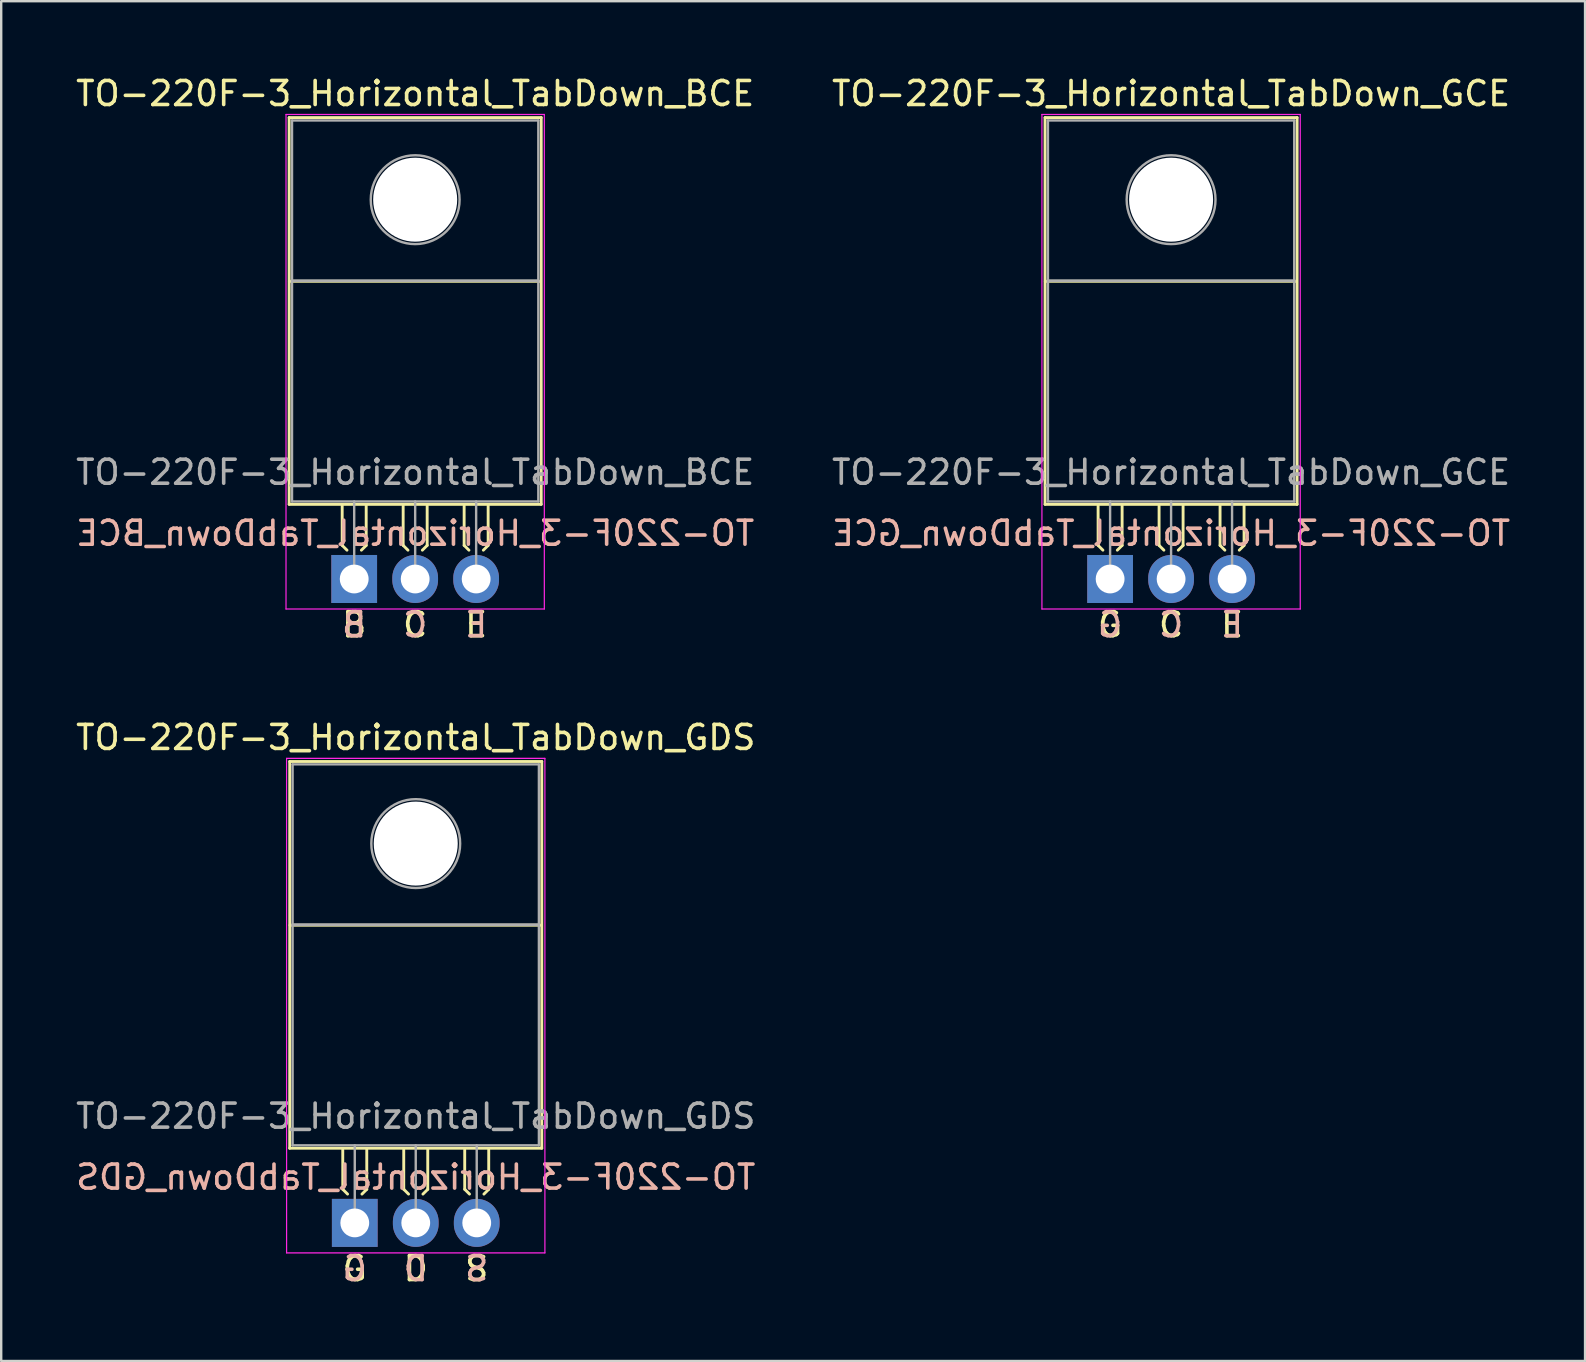
<source format=kicad_pcb>
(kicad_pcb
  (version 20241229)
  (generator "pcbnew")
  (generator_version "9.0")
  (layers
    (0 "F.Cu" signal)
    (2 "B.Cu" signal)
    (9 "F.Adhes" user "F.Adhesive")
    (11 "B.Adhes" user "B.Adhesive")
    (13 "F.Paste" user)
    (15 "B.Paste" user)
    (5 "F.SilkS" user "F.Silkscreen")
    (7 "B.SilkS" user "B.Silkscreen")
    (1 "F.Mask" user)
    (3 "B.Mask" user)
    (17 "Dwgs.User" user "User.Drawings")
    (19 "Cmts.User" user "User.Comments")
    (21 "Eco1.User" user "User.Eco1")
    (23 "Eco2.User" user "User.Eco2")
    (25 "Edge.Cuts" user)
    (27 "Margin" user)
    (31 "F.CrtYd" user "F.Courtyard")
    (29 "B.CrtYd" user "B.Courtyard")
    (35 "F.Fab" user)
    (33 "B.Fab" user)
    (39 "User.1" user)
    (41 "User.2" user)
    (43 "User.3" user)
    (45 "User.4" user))
  (footprint "TO-220F-3_Horizontal_TabDown_GDS"
    (layer "F.Cu")
    (at 11.728 47.89)
    (property "Reference" "TO-220F-3_Horizontal_TabDown_GDS" (at 2.54 -20.22 0) (layer "F.SilkS") (effects (font (size 1 1) (thickness 0.15))))
    (fp_line (start -2.71 -19.22) (end -2.71 -3.11) (stroke (width 0.12) (type solid)) (layer "F.SilkS"))
    (fp_line (start -2.71 -19.22) (end 7.79 -19.22) (stroke (width 0.12) (type solid)) (layer "F.SilkS"))
    (fp_line (start -2.71 -3.11) (end 7.79 -3.11) (stroke (width 0.12) (type solid)) (layer "F.SilkS"))
    (fp_line (start -2.7 -12.4) (end 7.75 -12.4) (stroke (width 0.12) (type solid)) (layer "F.SilkS"))
    (fp_line (start -0.5 -3.048) (end -0.5 -1.4) (stroke (width 0.12) (type solid)) (layer "F.SilkS"))
    (fp_line (start -0.5 -1.4) (end -0.3 -1.2) (stroke (width 0.12) (type solid)) (layer "F.SilkS"))
    (fp_line (start 0.5 -3.048) (end 0.5 -1.4) (stroke (width 0.12) (type solid)) (layer "F.SilkS"))
    (fp_line (start 0.5 -1.4) (end 0.3 -1.2) (stroke (width 0.12) (type solid)) (layer "F.SilkS"))
    (fp_line (start 2.04 -3.048) (end 2.04 -1.4) (stroke (width 0.12) (type solid)) (layer "F.SilkS"))
    (fp_line (start 2.04 -1.4) (end 2.24 -1.2) (stroke (width 0.12) (type solid)) (layer "F.SilkS"))
    (fp_line (start 3.04 -3.048) (end 3.04 -1.4) (stroke (width 0.12) (type solid)) (layer "F.SilkS"))
    (fp_line (start 3.04 -1.4) (end 2.84 -1.2) (stroke (width 0.12) (type solid)) (layer "F.SilkS"))
    (fp_line (start 4.58 -3.048) (end 4.58 -1.4) (stroke (width 0.12) (type solid)) (layer "F.SilkS"))
    (fp_line (start 4.58 -1.4) (end 4.78 -1.2) (stroke (width 0.12) (type solid)) (layer "F.SilkS"))
    (fp_line (start 5.58 -3.048) (end 5.58 -1.4) (stroke (width 0.12) (type solid)) (layer "F.SilkS"))
    (fp_line (start 5.58 -1.4) (end 5.38 -1.2) (stroke (width 0.12) (type solid)) (layer "F.SilkS"))
    (fp_line (start 7.79 -19.22) (end 7.79 -3.11) (stroke (width 0.12) (type solid)) (layer "F.SilkS"))
    (fp_line (start -2.84 -19.35) (end -2.84 1.25) (stroke (width 0.05) (type solid)) (layer "F.CrtYd"))
    (fp_line (start -2.84 1.25) (end 7.92 1.25) (stroke (width 0.05) (type solid)) (layer "F.CrtYd"))
    (fp_line (start 7.92 -19.35) (end -2.84 -19.35) (stroke (width 0.05) (type solid)) (layer "F.CrtYd"))
    (fp_line (start 7.92 1.25) (end 7.92 -19.35) (stroke (width 0.05) (type solid)) (layer "F.CrtYd"))
    (fp_line (start -2.59 -19.1) (end 7.67 -19.1) (stroke (width 0.1) (type solid)) (layer "F.Fab"))
    (fp_line (start -2.59 -12.42) (end -2.59 -19.1) (stroke (width 0.1) (type solid)) (layer "F.Fab"))
    (fp_line (start -2.59 -12.42) (end 7.67 -12.42) (stroke (width 0.1) (type solid)) (layer "F.Fab"))
    (fp_line (start -2.59 -3.23) (end -2.59 -12.42) (stroke (width 0.1) (type solid)) (layer "F.Fab"))
    (fp_line (start 0 -3.23) (end 0 0) (stroke (width 0.1) (type solid)) (layer "F.Fab"))
    (fp_line (start 2.54 -3.23) (end 2.54 0) (stroke (width 0.1) (type solid)) (layer "F.Fab"))
    (fp_line (start 5.08 -3.23) (end 5.08 0) (stroke (width 0.1) (type solid)) (layer "F.Fab"))
    (fp_line (start 7.67 -19.1) (end 7.67 -12.42) (stroke (width 0.1) (type solid)) (layer "F.Fab"))
    (fp_line (start 7.67 -12.42) (end -2.59 -12.42) (stroke (width 0.1) (type solid)) (layer "F.Fab"))
    (fp_line (start 7.67 -12.42) (end 7.67 -3.23) (stroke (width 0.1) (type solid)) (layer "F.Fab"))
    (fp_line (start 7.67 -3.23) (end -2.59 -3.23) (stroke (width 0.1) (type solid)) (layer "F.Fab"))
    (fp_circle (center 2.54 -15.8) (end 4.39 -15.8) (stroke (width 0.1) (type solid)) (fill no) (layer "F.Fab"))
    (fp_text user "G" (at 0 1.905 0) (unlocked yes) (layer "F.SilkS") (effects (font (size 1 1) (thickness 0.15))))
    (fp_text user "S" (at 5.08 1.905 0) (unlocked yes) (layer "F.SilkS") (effects (font (size 1 1) (thickness 0.15))))
    (fp_text user "D" (at 2.54 1.905 0) (unlocked yes) (layer "F.SilkS") (effects (font (size 1 1) (thickness 0.15))))
    (fp_text user "G" (at 0 1.905 0) (unlocked yes) (layer "B.SilkS") (effects (font (size 1 1) (thickness 0.15)) (justify mirror)))
    (fp_text user "D" (at 2.54 1.905 0) (unlocked yes) (layer "B.SilkS") (effects (font (size 1 1) (thickness 0.15)) (justify mirror)))
    (fp_text user "${REFERENCE}" (at 2.54 -1.905 0) (layer "B.SilkS") (effects (font (size 1 1) (thickness 0.15)) (justify mirror)))
    (fp_text user "S" (at 5.08 1.905 0) (unlocked yes) (layer "B.SilkS") (effects (font (size 1 1) (thickness 0.15)) (justify mirror)))
    (fp_text user "${REFERENCE}" (at 2.54 -4.445 0) (layer "F.Fab") (effects (font (size 1 1) (thickness 0.15))))
    (pad "" np_thru_hole oval (at 2.54 -15.8) (size 3.5 3.5) (drill 3.5) (layers "*.Cu" "*.Mask"))
    (pad "1" thru_hole rect (at 0 0) (size 1.905 2) (drill 1.2) (layers "*.Cu" "*.Mask"))
    (pad "2" thru_hole oval (at 2.54 0) (size 1.905 2) (drill 1.2) (layers "*.Cu" "*.Mask"))
    (pad "3" thru_hole oval (at 5.08 0) (size 1.905 2) (drill 1.2) (layers "*.Cu" "*.Mask")))
  (footprint "TO-220F-3_Horizontal_TabDown_GCE"
    (layer "F.Cu")
    (at 43.192 21.068)
    (property "Reference" "TO-220F-3_Horizontal_TabDown_GCE" (at 2.54 -20.22 0) (layer "F.SilkS") (effects (font (size 1 1) (thickness 0.15))))
    (fp_line (start -2.71 -19.22) (end -2.71 -3.11) (stroke (width 0.12) (type solid)) (layer "F.SilkS"))
    (fp_line (start -2.71 -19.22) (end 7.79 -19.22) (stroke (width 0.12) (type solid)) (layer "F.SilkS"))
    (fp_line (start -2.71 -3.11) (end 7.79 -3.11) (stroke (width 0.12) (type solid)) (layer "F.SilkS"))
    (fp_line (start -2.7 -12.4) (end 7.75 -12.4) (stroke (width 0.12) (type solid)) (layer "F.SilkS"))
    (fp_line (start -0.5 -3.048) (end -0.5 -1.4) (stroke (width 0.12) (type solid)) (layer "F.SilkS"))
    (fp_line (start -0.5 -1.4) (end -0.3 -1.2) (stroke (width 0.12) (type solid)) (layer "F.SilkS"))
    (fp_line (start 0.5 -3.048) (end 0.5 -1.4) (stroke (width 0.12) (type solid)) (layer "F.SilkS"))
    (fp_line (start 0.5 -1.4) (end 0.3 -1.2) (stroke (width 0.12) (type solid)) (layer "F.SilkS"))
    (fp_line (start 2.04 -3.048) (end 2.04 -1.4) (stroke (width 0.12) (type solid)) (layer "F.SilkS"))
    (fp_line (start 2.04 -1.4) (end 2.24 -1.2) (stroke (width 0.12) (type solid)) (layer "F.SilkS"))
    (fp_line (start 3.04 -3.048) (end 3.04 -1.4) (stroke (width 0.12) (type solid)) (layer "F.SilkS"))
    (fp_line (start 3.04 -1.4) (end 2.84 -1.2) (stroke (width 0.12) (type solid)) (layer "F.SilkS"))
    (fp_line (start 4.58 -3.048) (end 4.58 -1.4) (stroke (width 0.12) (type solid)) (layer "F.SilkS"))
    (fp_line (start 4.58 -1.4) (end 4.78 -1.2) (stroke (width 0.12) (type solid)) (layer "F.SilkS"))
    (fp_line (start 5.58 -3.048) (end 5.58 -1.4) (stroke (width 0.12) (type solid)) (layer "F.SilkS"))
    (fp_line (start 5.58 -1.4) (end 5.38 -1.2) (stroke (width 0.12) (type solid)) (layer "F.SilkS"))
    (fp_line (start 7.79 -19.22) (end 7.79 -3.11) (stroke (width 0.12) (type solid)) (layer "F.SilkS"))
    (fp_line (start -2.84 -19.35) (end -2.84 1.25) (stroke (width 0.05) (type solid)) (layer "F.CrtYd"))
    (fp_line (start -2.84 1.25) (end 7.92 1.25) (stroke (width 0.05) (type solid)) (layer "F.CrtYd"))
    (fp_line (start 7.92 -19.35) (end -2.84 -19.35) (stroke (width 0.05) (type solid)) (layer "F.CrtYd"))
    (fp_line (start 7.92 1.25) (end 7.92 -19.35) (stroke (width 0.05) (type solid)) (layer "F.CrtYd"))
    (fp_line (start -2.59 -19.1) (end 7.67 -19.1) (stroke (width 0.1) (type solid)) (layer "F.Fab"))
    (fp_line (start -2.59 -12.42) (end -2.59 -19.1) (stroke (width 0.1) (type solid)) (layer "F.Fab"))
    (fp_line (start -2.59 -12.42) (end 7.67 -12.42) (stroke (width 0.1) (type solid)) (layer "F.Fab"))
    (fp_line (start -2.59 -3.23) (end -2.59 -12.42) (stroke (width 0.1) (type solid)) (layer "F.Fab"))
    (fp_line (start 0 -3.23) (end 0 0) (stroke (width 0.1) (type solid)) (layer "F.Fab"))
    (fp_line (start 2.54 -3.23) (end 2.54 0) (stroke (width 0.1) (type solid)) (layer "F.Fab"))
    (fp_line (start 5.08 -3.23) (end 5.08 0) (stroke (width 0.1) (type solid)) (layer "F.Fab"))
    (fp_line (start 7.67 -19.1) (end 7.67 -12.42) (stroke (width 0.1) (type solid)) (layer "F.Fab"))
    (fp_line (start 7.67 -12.42) (end -2.59 -12.42) (stroke (width 0.1) (type solid)) (layer "F.Fab"))
    (fp_line (start 7.67 -12.42) (end 7.67 -3.23) (stroke (width 0.1) (type solid)) (layer "F.Fab"))
    (fp_line (start 7.67 -3.23) (end -2.59 -3.23) (stroke (width 0.1) (type solid)) (layer "F.Fab"))
    (fp_circle (center 2.54 -15.8) (end 4.39 -15.8) (stroke (width 0.1) (type solid)) (fill no) (layer "F.Fab"))
    (fp_text user "G" (at 0 1.905 0) (unlocked yes) (layer "F.SilkS") (effects (font (size 1 1) (thickness 0.15))))
    (fp_text user "E" (at 5.08 1.905 0) (unlocked yes) (layer "F.SilkS") (effects (font (size 1 1) (thickness 0.15))))
    (fp_text user "C" (at 2.54 1.905 0) (unlocked yes) (layer "F.SilkS") (effects (font (size 1 1) (thickness 0.15))))
    (fp_text user "C" (at 2.54 1.905 0) (unlocked yes) (layer "B.SilkS") (effects (font (size 1 1) (thickness 0.15)) (justify mirror)))
    (fp_text user "G" (at 0 1.905 0) (unlocked yes) (layer "B.SilkS") (effects (font (size 1 1) (thickness 0.15)) (justify mirror)))
    (fp_text user "${REFERENCE}" (at 2.54 -1.905 0) (layer "B.SilkS") (effects (font (size 1 1) (thickness 0.15)) (justify mirror)))
    (fp_text user "E" (at 5.08 1.905 0) (unlocked yes) (layer "B.SilkS") (effects (font (size 1 1) (thickness 0.15)) (justify mirror)))
    (fp_text user "${REFERENCE}" (at 2.54 -4.445 0) (layer "F.Fab") (effects (font (size 1 1) (thickness 0.15))))
    (pad "" np_thru_hole oval (at 2.54 -15.8) (size 3.5 3.5) (drill 3.5) (layers "*.Cu" "*.Mask"))
    (pad "1" thru_hole rect (at 0 0) (size 1.905 2) (drill 1.2) (layers "*.Cu" "*.Mask"))
    (pad "2" thru_hole oval (at 2.54 0) (size 1.905 2) (drill 1.2) (layers "*.Cu" "*.Mask"))
    (pad "3" thru_hole oval (at 5.08 0) (size 1.905 2) (drill 1.2) (layers "*.Cu" "*.Mask")))
  (footprint "TO-220F-3_Horizontal_TabDown_BCE"
    (layer "F.Cu")
    (at 11.704 21.068)
    (property "Reference" "TO-220F-3_Horizontal_TabDown_BCE" (at 2.54 -20.22 0) (layer "F.SilkS") (effects (font (size 1 1) (thickness 0.15))))
    (fp_line (start -2.71 -19.22) (end -2.71 -3.11) (stroke (width 0.12) (type solid)) (layer "F.SilkS"))
    (fp_line (start -2.71 -19.22) (end 7.79 -19.22) (stroke (width 0.12) (type solid)) (layer "F.SilkS"))
    (fp_line (start -2.71 -3.11) (end 7.79 -3.11) (stroke (width 0.12) (type solid)) (layer "F.SilkS"))
    (fp_line (start -2.7 -12.4) (end 7.75 -12.4) (stroke (width 0.12) (type solid)) (layer "F.SilkS"))
    (fp_line (start -0.5 -3.048) (end -0.5 -1.4) (stroke (width 0.12) (type solid)) (layer "F.SilkS"))
    (fp_line (start -0.5 -1.4) (end -0.3 -1.2) (stroke (width 0.12) (type solid)) (layer "F.SilkS"))
    (fp_line (start 0.5 -3.048) (end 0.5 -1.4) (stroke (width 0.12) (type solid)) (layer "F.SilkS"))
    (fp_line (start 0.5 -1.4) (end 0.3 -1.2) (stroke (width 0.12) (type solid)) (layer "F.SilkS"))
    (fp_line (start 2.04 -3.048) (end 2.04 -1.4) (stroke (width 0.12) (type solid)) (layer "F.SilkS"))
    (fp_line (start 2.04 -1.4) (end 2.24 -1.2) (stroke (width 0.12) (type solid)) (layer "F.SilkS"))
    (fp_line (start 3.04 -3.048) (end 3.04 -1.4) (stroke (width 0.12) (type solid)) (layer "F.SilkS"))
    (fp_line (start 3.04 -1.4) (end 2.84 -1.2) (stroke (width 0.12) (type solid)) (layer "F.SilkS"))
    (fp_line (start 4.58 -3.048) (end 4.58 -1.4) (stroke (width 0.12) (type solid)) (layer "F.SilkS"))
    (fp_line (start 4.58 -1.4) (end 4.78 -1.2) (stroke (width 0.12) (type solid)) (layer "F.SilkS"))
    (fp_line (start 5.58 -3.048) (end 5.58 -1.4) (stroke (width 0.12) (type solid)) (layer "F.SilkS"))
    (fp_line (start 5.58 -1.4) (end 5.38 -1.2) (stroke (width 0.12) (type solid)) (layer "F.SilkS"))
    (fp_line (start 7.79 -19.22) (end 7.79 -3.11) (stroke (width 0.12) (type solid)) (layer "F.SilkS"))
    (fp_line (start -2.84 -19.35) (end -2.84 1.25) (stroke (width 0.05) (type solid)) (layer "F.CrtYd"))
    (fp_line (start -2.84 1.25) (end 7.92 1.25) (stroke (width 0.05) (type solid)) (layer "F.CrtYd"))
    (fp_line (start 7.92 -19.35) (end -2.84 -19.35) (stroke (width 0.05) (type solid)) (layer "F.CrtYd"))
    (fp_line (start 7.92 1.25) (end 7.92 -19.35) (stroke (width 0.05) (type solid)) (layer "F.CrtYd"))
    (fp_line (start -2.59 -19.1) (end 7.67 -19.1) (stroke (width 0.1) (type solid)) (layer "F.Fab"))
    (fp_line (start -2.59 -12.42) (end -2.59 -19.1) (stroke (width 0.1) (type solid)) (layer "F.Fab"))
    (fp_line (start -2.59 -12.42) (end 7.67 -12.42) (stroke (width 0.1) (type solid)) (layer "F.Fab"))
    (fp_line (start -2.59 -3.23) (end -2.59 -12.42) (stroke (width 0.1) (type solid)) (layer "F.Fab"))
    (fp_line (start 0 -3.23) (end 0 0) (stroke (width 0.1) (type solid)) (layer "F.Fab"))
    (fp_line (start 2.54 -3.23) (end 2.54 0) (stroke (width 0.1) (type solid)) (layer "F.Fab"))
    (fp_line (start 5.08 -3.23) (end 5.08 0) (stroke (width 0.1) (type solid)) (layer "F.Fab"))
    (fp_line (start 7.67 -19.1) (end 7.67 -12.42) (stroke (width 0.1) (type solid)) (layer "F.Fab"))
    (fp_line (start 7.67 -12.42) (end -2.59 -12.42) (stroke (width 0.1) (type solid)) (layer "F.Fab"))
    (fp_line (start 7.67 -12.42) (end 7.67 -3.23) (stroke (width 0.1) (type solid)) (layer "F.Fab"))
    (fp_line (start 7.67 -3.23) (end -2.59 -3.23) (stroke (width 0.1) (type solid)) (layer "F.Fab"))
    (fp_circle (center 2.54 -15.8) (end 4.39 -15.8) (stroke (width 0.1) (type solid)) (fill no) (layer "F.Fab"))
    (fp_text user "E" (at 5.08 1.905 0) (unlocked yes) (layer "F.SilkS") (effects (font (size 1 1) (thickness 0.15))))
    (fp_text user "B" (at 0 1.905 0) (unlocked yes) (layer "F.SilkS") (effects (font (size 1 1) (thickness 0.15))))
    (fp_text user "C" (at 2.54 1.905 0) (unlocked yes) (layer "F.SilkS") (effects (font (size 1 1) (thickness 0.15))))
    (fp_text user "C" (at 2.54 1.905 0) (unlocked yes) (layer "B.SilkS") (effects (font (size 1 1) (thickness 0.15)) (justify mirror)))
    (fp_text user "E" (at 5.08 1.905 0) (unlocked yes) (layer "B.SilkS") (effects (font (size 1 1) (thickness 0.15)) (justify mirror)))
    (fp_text user "${REFERENCE}" (at 2.54 -1.905 0) (layer "B.SilkS") (effects (font (size 1 1) (thickness 0.15)) (justify mirror)))
    (fp_text user "B" (at 0 1.905 0) (unlocked yes) (layer "B.SilkS") (effects (font (size 1 1) (thickness 0.15)) (justify mirror)))
    (fp_text user "${REFERENCE}" (at 2.54 -4.445 0) (layer "F.Fab") (effects (font (size 1 1) (thickness 0.15))))
    (pad "" np_thru_hole oval (at 2.54 -15.8) (size 3.5 3.5) (drill 3.5) (layers "*.Cu" "*.Mask"))
    (pad "1" thru_hole rect (at 0 0) (size 1.905 2) (drill 1.2) (layers "*.Cu" "*.Mask"))
    (pad "2" thru_hole oval (at 2.54 0) (size 1.905 2) (drill 1.2) (layers "*.Cu" "*.Mask"))
    (pad "3" thru_hole oval (at 5.08 0) (size 1.905 2) (drill 1.2) (layers "*.Cu" "*.Mask")))
  (gr_rect
    (start -3 -3)
    (end 62.976 53.643)
    (stroke (width 0.1) (type default))
    (fill no)
    (layer "Edge.Cuts")))
</source>
